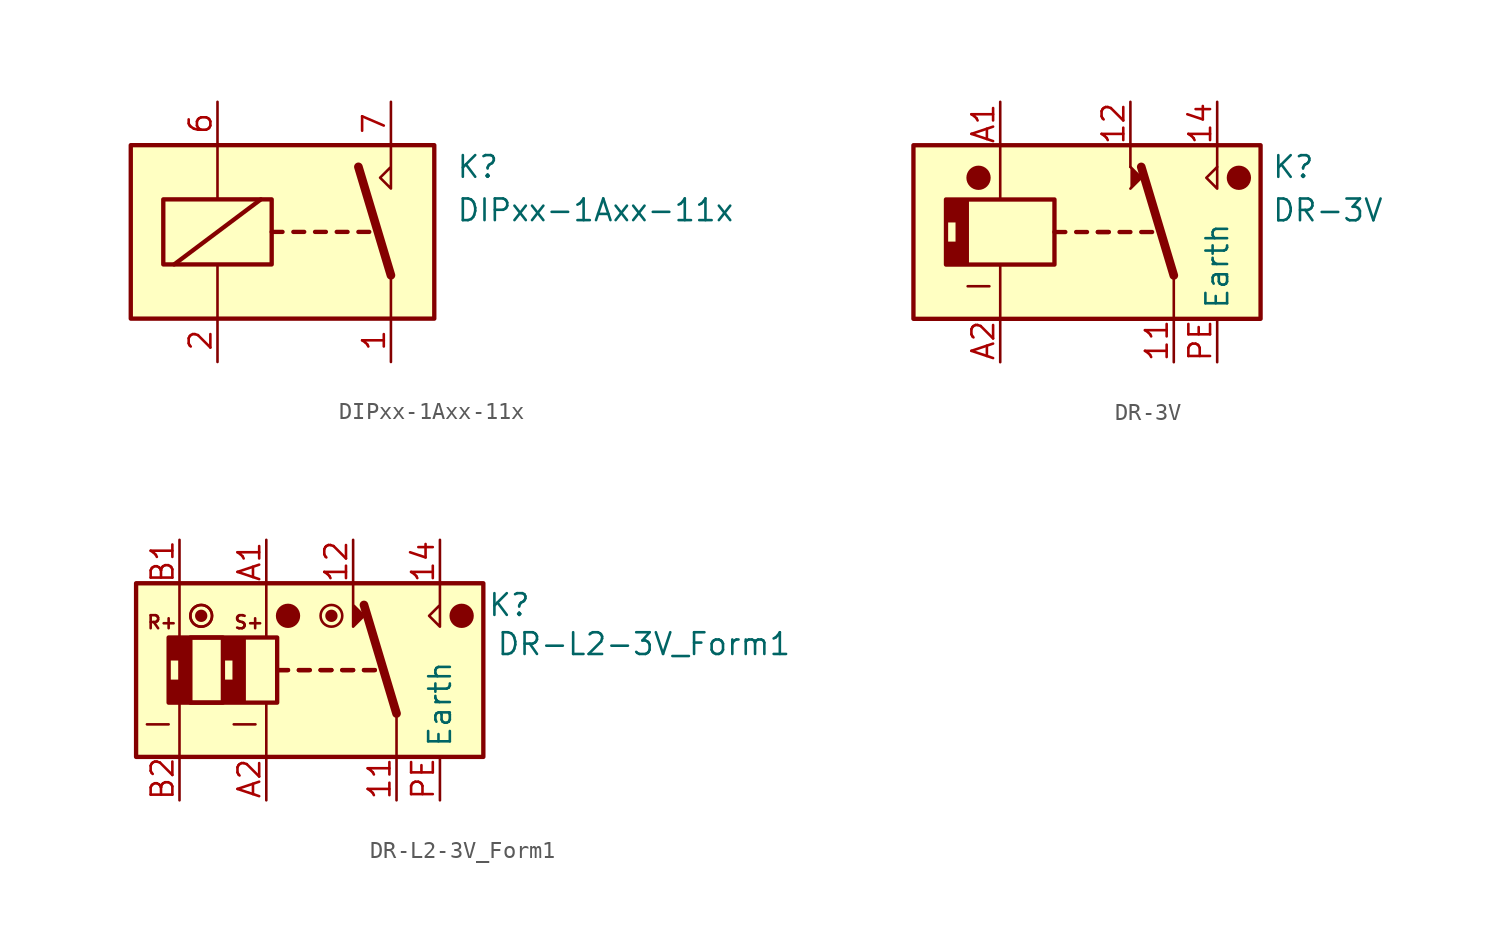
<source format=kicad_sym>
(kicad_symbol_lib
  (version 20231120)
  (generator "kicad_symbol_editor")
  (generator_version "8.0")
  (symbol "DIPxx-1Axx-11x"
    (property "Reference" "K"
      (at 8.89 3.81 0)
      (effects (font (size 1.27 1.27)) (justify left)))
    (property "Value" "DIPxx-1Axx-11x"
      (at 8.89 1.27 0)
      (effects (font (size 1.27 1.27)) (justify left)))
    (symbol "DIPxx-1Axx-11x_0_0"
      (polyline (pts (xy 5.08 5.08) (xy 5.08 2.54) (xy 4.445 3.175) (xy 5.08 3.81)) (stroke (width 0) (type default)) (fill (type none))))
    (symbol "DIPxx-1Axx-11x_0_1"
      (rectangle (start -10.16 5.08) (end 7.62 -5.08) (stroke (width 0.254) (type default)) (fill (type background)))
      (rectangle (start -8.255 1.905) (end -1.905 -1.905) (stroke (width 0.254) (type default)) (fill (type none)))
      (polyline (pts (xy -7.62 -1.905) (xy -2.54 1.905)) (stroke (width 0.254) (type default)) (fill (type none)))
      (polyline (pts (xy -5.08 -5.08) (xy -5.08 -1.905)) (stroke (width 0) (type default)) (fill (type none)))
      (polyline (pts (xy -5.08 5.08) (xy -5.08 1.905)) (stroke (width 0) (type default)) (fill (type none)))
      (polyline (pts (xy -1.905 0) (xy -1.27 0)) (stroke (width 0.254) (type default)) (fill (type none)))
      (polyline (pts (xy -0.635 0) (xy 0 0)) (stroke (width 0.254) (type default)) (fill (type none)))
      (polyline (pts (xy 0.635 0) (xy 1.27 0)) (stroke (width 0.254) (type default)) (fill (type none)))
      (polyline (pts (xy 1.905 0) (xy 2.54 0)) (stroke (width 0.254) (type default)) (fill (type none)))
      (polyline (pts (xy 3.175 0) (xy 3.81 0)) (stroke (width 0.254) (type default)) (fill (type none)))
      (polyline (pts (xy 5.08 -2.54) (xy 3.175 3.81)) (stroke (width 0.508) (type default)) (fill (type none)))
      (polyline (pts (xy 5.08 -2.54) (xy 5.08 -5.08)) (stroke (width 0) (type default)) (fill (type none))))
    (symbol "DIPxx-1Axx-11x_1_1"
      (pin passive line (at 5.08 -7.62 90) (length 2.54) (name "~" (effects (font (size 1.27 1.27)))) (number "1" (effects (font (size 1.27 1.27)))))
      (pin passive line (at 5.08 -7.62 90) (length 2.54) hide (name "~" (effects (font (size 1.27 1.27)))) (number "14" (effects (font (size 1.27 1.27)))))
      (pin passive line (at -5.08 -7.62 90) (length 2.54) (name "~" (effects (font (size 1.27 1.27)))) (number "2" (effects (font (size 1.27 1.27)))))
      (pin passive line (at -5.08 7.62 270) (length 2.54) (name "~" (effects (font (size 1.27 1.27)))) (number "6" (effects (font (size 1.27 1.27)))))
      (pin passive line (at 5.08 7.62 270) (length 2.54) (name "~" (effects (font (size 1.27 1.27)))) (number "7" (effects (font (size 1.27 1.27)))))
      (pin passive line (at 5.08 7.62 270) (length 2.54) hide (name "~" (effects (font (size 1.27 1.27)))) (number "8" (effects (font (size 1.27 1.27)))))))
  (symbol "DR-3V"
    (property "Reference" "K"
      (at 10.795 3.81 0)
      (effects (font (size 1.27 1.27)) (justify left)))
    (property "Value" "DR-3V"
      (at 10.795 1.27 0)
      (effects (font (size 1.27 1.27)) (justify left)))
    (symbol "DR-3V_0_0"
      (polyline (pts (xy 2.54 3.81) (xy 2.54 5.08)) (stroke (width 0) (type default)) (fill (type none)))
      (polyline (pts (xy 7.62 3.81) (xy 7.62 5.08)) (stroke (width 0) (type default)) (fill (type none)))
      (polyline (pts (xy 7.62 3.81) (xy 7.62 2.54) (xy 6.985 3.175) (xy 7.62 3.81)) (stroke (width 0) (type default)) (fill (type none))))
    (symbol "DR-3V_0_1"
      (rectangle (start -10.16 5.08) (end 10.16 -5.08) (stroke (width 0.254) (type default)) (fill (type background)))
      (rectangle (start -8.255 1.905) (end -1.905 -1.905) (stroke (width 0.254) (type default)) (fill (type none)))
      (circle (center -6.35 3.175) (radius 0.635) (stroke (width 0) (type default)) (fill (type outline)))
      (polyline (pts (xy -5.715 -3.175) (xy -6.985 -3.175)) (stroke (width 0) (type default)) (fill (type none)))
      (polyline (pts (xy -5.08 -5.08) (xy -5.08 -1.905)) (stroke (width 0) (type default)) (fill (type none)))
      (polyline (pts (xy -5.08 5.08) (xy -5.08 1.905)) (stroke (width 0) (type default)) (fill (type none)))
      (polyline (pts (xy -1.905 0) (xy -1.27 0)) (stroke (width 0.254) (type default)) (fill (type none)))
      (polyline (pts (xy -0.635 0) (xy 0 0)) (stroke (width 0.254) (type default)) (fill (type none)))
      (polyline (pts (xy 0.635 0) (xy 1.27 0)) (stroke (width 0.254) (type default)) (fill (type none)))
      (polyline (pts (xy 0.635 0) (xy 1.27 0)) (stroke (width 0.254) (type default)) (fill (type none)))
      (polyline (pts (xy 1.905 0) (xy 2.54 0)) (stroke (width 0.254) (type default)) (fill (type none)))
      (polyline (pts (xy 3.175 0) (xy 3.81 0)) (stroke (width 0.254) (type default)) (fill (type none)))
      (polyline (pts (xy 5.08 -2.54) (xy 3.175 3.81)) (stroke (width 0.508) (type default)) (fill (type none)))
      (polyline (pts (xy 5.08 -2.54) (xy 5.08 -5.08)) (stroke (width 0) (type default)) (fill (type none)))
      (polyline (pts (xy 2.54 2.54) (xy 3.175 3.175) (xy 2.54 3.81)) (stroke (width 0) (type default)) (fill (type outline)))
      (circle (center 8.89 3.175) (radius 0.635) (stroke (width 0) (type default)) (fill (type outline))))
    (symbol "DR-3V_1_1"
      (polyline (pts (xy -8.255 0.635) (xy -7.62 0.635) (xy -7.62 -0.635) (xy -8.255 -0.635) (xy -8.255 -1.905) (xy -6.985 -1.905) (xy -6.985 1.905) (xy -8.255 1.905) (xy -8.255 0.635)) (stroke (width 0) (type default)) (fill (type outline)))
      (pin passive line (at 5.08 -7.62 90) (length 2.54) (name "~" (effects (font (size 1.27 1.27)))) (number "11" (effects (font (size 1.27 1.27)))))
      (pin passive line (at 2.54 7.62 270) (length 2.54) (name "~" (effects (font (size 1.27 1.27)))) (number "12" (effects (font (size 1.27 1.27)))))
      (pin passive line (at 7.62 7.62 270) (length 2.54) (name "~" (effects (font (size 1.27 1.27)))) (number "14" (effects (font (size 1.27 1.27)))))
      (pin passive line (at -5.08 7.62 270) (length 2.54) (name "~" (effects (font (size 1.27 1.27)))) (number "A1" (effects (font (size 1.27 1.27)))))
      (pin passive line (at -5.08 -7.62 90) (length 2.54) (name "~" (effects (font (size 1.27 1.27)))) (number "A2" (effects (font (size 1.27 1.27)))))
      (pin passive line (at 7.62 -7.62 90) (length 2.54) (name "Earth" (effects (font (size 1.27 1.27)))) (number "PE" (effects (font (size 1.27 1.27)))))))
  (symbol "DR-L2-3V_Form1"
    (property "Reference" "K"
      (at 11.684 3.81 0)
      (effects (font (size 1.27 1.27))))
    (property "Value" "DR-L2-3V_Form1"
      (at 19.558 1.524 0)
      (effects (font (size 1.27 1.27))))
    (symbol "DR-L2-3V_Form1_0_0"
      (polyline (pts (xy 2.54 5.08) (xy 2.54 2.54) (xy 3.175 3.175) (xy 2.54 3.81)) (stroke (width 0) (type default)) (fill (type outline)))
      (polyline (pts (xy 7.62 5.08) (xy 7.62 2.54) (xy 6.985 3.175) (xy 7.62 3.81)) (stroke (width 0) (type default)) (fill (type none))))
    (symbol "DR-L2-3V_Form1_0_1"
      (circle (center -6.35 3.175) (radius 0.284) (stroke (width 0) (type default)) (fill (type outline)))
      (circle (center -6.35 3.175) (radius 0.635) (stroke (width 0) (type default)) (fill (type none)))
      (circle (center -6.35 3.175) (radius 0.635) (stroke (width 0) (type default)) (fill (type none)))
      (circle (center -1.27 3.175) (radius 0.635) (stroke (width 0) (type default)) (fill (type outline)))
      (polyline (pts (xy -8.255 -3.175) (xy -9.525 -3.175)) (stroke (width 0) (type default)) (fill (type none)))
      (polyline (pts (xy -7.62 -5.08) (xy -7.62 -1.905)) (stroke (width 0) (type default)) (fill (type none)))
      (polyline (pts (xy -7.62 5.08) (xy -7.62 1.905)) (stroke (width 0) (type default)) (fill (type none)))
      (polyline (pts (xy -3.175 -3.175) (xy -4.445 -3.175)) (stroke (width 0) (type default)) (fill (type none)))
      (polyline (pts (xy -2.54 -5.08) (xy -2.54 -1.905)) (stroke (width 0) (type default)) (fill (type none)))
      (polyline (pts (xy -2.54 5.08) (xy -2.54 1.905)) (stroke (width 0) (type default)) (fill (type none)))
      (polyline (pts (xy -1.905 0) (xy -1.27 0)) (stroke (width 0.254) (type default)) (fill (type none)))
      (polyline (pts (xy -1.905 0) (xy -1.27 0)) (stroke (width 0.254) (type default)) (fill (type none)))
      (polyline (pts (xy -0.635 0) (xy 0 0)) (stroke (width 0.254) (type default)) (fill (type none)))
      (polyline (pts (xy -0.635 0) (xy 0 0)) (stroke (width 0.254) (type default)) (fill (type none)))
      (polyline (pts (xy 0.635 0) (xy 1.27 0)) (stroke (width 0.254) (type default)) (fill (type none)))
      (polyline (pts (xy 0.635 0) (xy 1.27 0)) (stroke (width 0.254) (type default)) (fill (type none)))
      (polyline (pts (xy 1.905 0) (xy 2.54 0)) (stroke (width 0.254) (type default)) (fill (type none)))
      (polyline (pts (xy 1.905 0) (xy 2.54 0)) (stroke (width 0.254) (type default)) (fill (type none)))
      (polyline (pts (xy 3.175 0) (xy 3.81 0)) (stroke (width 0.254) (type default)) (fill (type none)))
      (polyline (pts (xy 3.175 0) (xy 3.81 0)) (stroke (width 0.254) (type default)) (fill (type none)))
      (polyline (pts (xy 5.08 -2.54) (xy 3.175 3.81)) (stroke (width 0.508) (type default)) (fill (type none)))
      (polyline (pts (xy 5.08 -2.54) (xy 5.08 -5.08)) (stroke (width 0) (type default)) (fill (type none)))
      (circle (center 1.27 3.175) (radius 0.284) (stroke (width 0) (type default)) (fill (type outline)))
      (circle (center 1.27 3.175) (radius 0.635) (stroke (width 0) (type default)) (fill (type none)))
      (circle (center 8.89 3.175) (radius 0.635) (stroke (width 0) (type default)) (fill (type outline))))
    (symbol "DR-L2-3V_Form1_1_0"
      (text "R+" (at -8.636 2.794 0) (effects (font (size 0.762 0.762))))
      (text "S+" (at -3.556 2.794 0) (effects (font (size 0.762 0.762)))))
    (symbol "DR-L2-3V_Form1_1_1"
      (rectangle (start -10.16 5.08) (end 10.16 -5.08) (stroke (width 0.254) (type default)) (fill (type background)))
      (rectangle (start -8.255 1.905) (end -1.905 -1.905) (stroke (width 0.254) (type default)) (fill (type none)))
      (rectangle (start -6.985 1.905) (end -5.08 -1.905) (stroke (width 0.254) (type default)) (fill (type none)))
      (polyline (pts (xy -8.255 0.635) (xy -7.62 0.635) (xy -7.62 -0.635) (xy -8.255 -0.635) (xy -8.255 -1.905) (xy -6.985 -1.905) (xy -6.985 1.905) (xy -8.255 1.905) (xy -8.255 0.635)) (stroke (width 0) (type default)) (fill (type outline)))
      (polyline (pts (xy -5.08 0.635) (xy -4.445 0.635) (xy -4.445 -0.635) (xy -5.08 -0.635) (xy -5.08 -1.905) (xy -3.81 -1.905) (xy -3.81 1.905) (xy -5.08 1.905) (xy -5.08 0.635)) (stroke (width 0) (type default)) (fill (type outline)))
      (pin passive line (at 5.08 -7.62 90) (length 2.54) (name "~" (effects (font (size 1.27 1.27)))) (number "11" (effects (font (size 1.27 1.27)))))
      (pin passive line (at 2.54 7.62 270) (length 2.54) (name "~" (effects (font (size 1.27 1.27)))) (number "12" (effects (font (size 1.27 1.27)))))
      (pin passive line (at 7.62 7.62 270) (length 2.54) (name "~" (effects (font (size 1.27 1.27)))) (number "14" (effects (font (size 1.27 1.27)))))
      (pin passive line (at -2.54 7.62 270) (length 2.54) (name "~" (effects (font (size 1.27 1.27)))) (number "A1" (effects (font (size 1.27 1.27)))))
      (pin passive line (at -2.54 -7.62 90) (length 2.54) (name "~" (effects (font (size 1.27 1.27)))) (number "A2" (effects (font (size 1.27 1.27)))))
      (pin passive line (at -7.62 7.62 270) (length 2.54) (name "~" (effects (font (size 1.27 1.27)))) (number "B1" (effects (font (size 1.27 1.27)))))
      (pin passive line (at -7.62 -7.62 90) (length 2.54) (name "~" (effects (font (size 1.27 1.27)))) (number "B2" (effects (font (size 1.27 1.27)))))
      (pin passive line (at 7.62 -7.62 90) (length 2.54) (name "Earth" (effects (font (size 1.27 1.27)))) (number "PE" (effects (font (size 1.27 1.27))))))))
</source>
